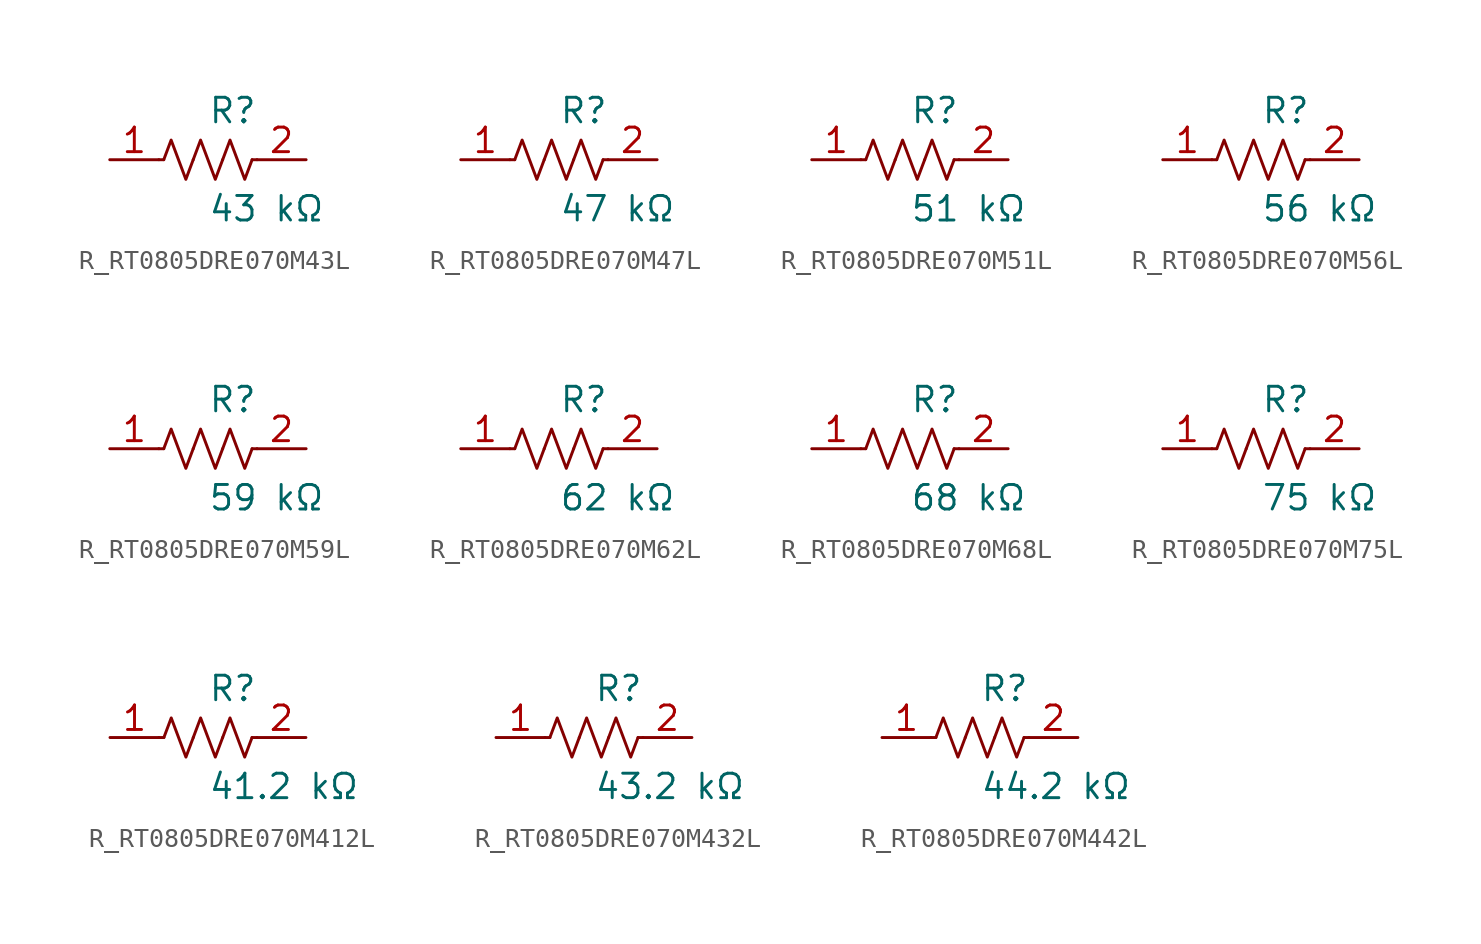
<source format=kicad_sym>
(kicad_symbol_lib
  (version 20231120)
  (generator kicad_symbol_editor)
  (generator_version 8.0)
  (symbol "R_RT0805DRE070M43L"
    (pin_names
      (offset 0.254))
    (property "Reference" "R"
      (at 0.0 2.54 0)
      (effects (font (size 1.27 1.27)) (justify left)))
    (property "Value" "43 kΩ"
      (at 0.0 -2.54 0)
      (effects (font (size 1.27 1.27)) (justify left)))
    (symbol "R_RT0805DRE070M43L_0_1"
      (polyline (pts (xy 2.286 0) (xy 2.54 0)) (stroke (width 0) (type default)) (fill (type none)))
      (polyline (pts (xy -2.286 0) (xy -2.54 0)) (stroke (width 0) (type default)) (fill (type none)))
      (polyline (pts (xy 0.762 0) (xy 1.143 1.016) (xy 1.524 0) (xy 1.905 -1.016) (xy 2.286 0)) (stroke (width 0) (type default)) (fill (type none)))
      (polyline (pts (xy -0.762 0) (xy -0.381 1.016) (xy 0 0) (xy 0.381 -1.016) (xy 0.762 0)) (stroke (width 0) (type default)) (fill (type none)))
      (polyline (pts (xy -2.286 0) (xy -1.905 1.016) (xy -1.524 0) (xy -1.143 -1.016) (xy -0.762 0)) (stroke (width 0) (type default)) (fill (type none))))
    (pin unspecified line
      (at -5.08 0 0)
      (length 2.54)
      (name "" (effects (font (size 1.27 1.27))))
      (number "1" (effects (font (size 1.27 1.27)))))
    (pin unspecified line
      (at 5.08 0 180)
      (length 2.54)
      (name "" (effects (font (size 1.27 1.27))))
      (number "2" (effects (font (size 1.27 1.27))))))
  (symbol "R_RT0805DRE070M47L"
    (pin_names
      (offset 0.254))
    (property "Reference" "R"
      (at 0.0 2.54 0)
      (effects (font (size 1.27 1.27)) (justify left)))
    (property "Value" "47 kΩ"
      (at 0.0 -2.54 0)
      (effects (font (size 1.27 1.27)) (justify left)))
    (symbol "R_RT0805DRE070M47L_0_1"
      (polyline (pts (xy 2.286 0) (xy 2.54 0)) (stroke (width 0) (type default)) (fill (type none)))
      (polyline (pts (xy -2.286 0) (xy -2.54 0)) (stroke (width 0) (type default)) (fill (type none)))
      (polyline (pts (xy 0.762 0) (xy 1.143 1.016) (xy 1.524 0) (xy 1.905 -1.016) (xy 2.286 0)) (stroke (width 0) (type default)) (fill (type none)))
      (polyline (pts (xy -0.762 0) (xy -0.381 1.016) (xy 0 0) (xy 0.381 -1.016) (xy 0.762 0)) (stroke (width 0) (type default)) (fill (type none)))
      (polyline (pts (xy -2.286 0) (xy -1.905 1.016) (xy -1.524 0) (xy -1.143 -1.016) (xy -0.762 0)) (stroke (width 0) (type default)) (fill (type none))))
    (pin unspecified line
      (at -5.08 0 0)
      (length 2.54)
      (name "" (effects (font (size 1.27 1.27))))
      (number "1" (effects (font (size 1.27 1.27)))))
    (pin unspecified line
      (at 5.08 0 180)
      (length 2.54)
      (name "" (effects (font (size 1.27 1.27))))
      (number "2" (effects (font (size 1.27 1.27))))))
  (symbol "R_RT0805DRE070M51L"
    (pin_names
      (offset 0.254))
    (property "Reference" "R"
      (at 0.0 2.54 0)
      (effects (font (size 1.27 1.27)) (justify left)))
    (property "Value" "51 kΩ"
      (at 0.0 -2.54 0)
      (effects (font (size 1.27 1.27)) (justify left)))
    (symbol "R_RT0805DRE070M51L_0_1"
      (polyline (pts (xy 2.286 0) (xy 2.54 0)) (stroke (width 0) (type default)) (fill (type none)))
      (polyline (pts (xy -2.286 0) (xy -2.54 0)) (stroke (width 0) (type default)) (fill (type none)))
      (polyline (pts (xy 0.762 0) (xy 1.143 1.016) (xy 1.524 0) (xy 1.905 -1.016) (xy 2.286 0)) (stroke (width 0) (type default)) (fill (type none)))
      (polyline (pts (xy -0.762 0) (xy -0.381 1.016) (xy 0 0) (xy 0.381 -1.016) (xy 0.762 0)) (stroke (width 0) (type default)) (fill (type none)))
      (polyline (pts (xy -2.286 0) (xy -1.905 1.016) (xy -1.524 0) (xy -1.143 -1.016) (xy -0.762 0)) (stroke (width 0) (type default)) (fill (type none))))
    (pin unspecified line
      (at -5.08 0 0)
      (length 2.54)
      (name "" (effects (font (size 1.27 1.27))))
      (number "1" (effects (font (size 1.27 1.27)))))
    (pin unspecified line
      (at 5.08 0 180)
      (length 2.54)
      (name "" (effects (font (size 1.27 1.27))))
      (number "2" (effects (font (size 1.27 1.27))))))
  (symbol "R_RT0805DRE070M56L"
    (pin_names
      (offset 0.254))
    (property "Reference" "R"
      (at 0.0 2.54 0)
      (effects (font (size 1.27 1.27)) (justify left)))
    (property "Value" "56 kΩ"
      (at 0.0 -2.54 0)
      (effects (font (size 1.27 1.27)) (justify left)))
    (symbol "R_RT0805DRE070M56L_0_1"
      (polyline (pts (xy 2.286 0) (xy 2.54 0)) (stroke (width 0) (type default)) (fill (type none)))
      (polyline (pts (xy -2.286 0) (xy -2.54 0)) (stroke (width 0) (type default)) (fill (type none)))
      (polyline (pts (xy 0.762 0) (xy 1.143 1.016) (xy 1.524 0) (xy 1.905 -1.016) (xy 2.286 0)) (stroke (width 0) (type default)) (fill (type none)))
      (polyline (pts (xy -0.762 0) (xy -0.381 1.016) (xy 0 0) (xy 0.381 -1.016) (xy 0.762 0)) (stroke (width 0) (type default)) (fill (type none)))
      (polyline (pts (xy -2.286 0) (xy -1.905 1.016) (xy -1.524 0) (xy -1.143 -1.016) (xy -0.762 0)) (stroke (width 0) (type default)) (fill (type none))))
    (pin unspecified line
      (at -5.08 0 0)
      (length 2.54)
      (name "" (effects (font (size 1.27 1.27))))
      (number "1" (effects (font (size 1.27 1.27)))))
    (pin unspecified line
      (at 5.08 0 180)
      (length 2.54)
      (name "" (effects (font (size 1.27 1.27))))
      (number "2" (effects (font (size 1.27 1.27))))))
  (symbol "R_RT0805DRE070M59L"
    (pin_names
      (offset 0.254))
    (property "Reference" "R"
      (at 0.0 2.54 0)
      (effects (font (size 1.27 1.27)) (justify left)))
    (property "Value" "59 kΩ"
      (at 0.0 -2.54 0)
      (effects (font (size 1.27 1.27)) (justify left)))
    (symbol "R_RT0805DRE070M59L_0_1"
      (polyline (pts (xy 2.286 0) (xy 2.54 0)) (stroke (width 0) (type default)) (fill (type none)))
      (polyline (pts (xy -2.286 0) (xy -2.54 0)) (stroke (width 0) (type default)) (fill (type none)))
      (polyline (pts (xy 0.762 0) (xy 1.143 1.016) (xy 1.524 0) (xy 1.905 -1.016) (xy 2.286 0)) (stroke (width 0) (type default)) (fill (type none)))
      (polyline (pts (xy -0.762 0) (xy -0.381 1.016) (xy 0 0) (xy 0.381 -1.016) (xy 0.762 0)) (stroke (width 0) (type default)) (fill (type none)))
      (polyline (pts (xy -2.286 0) (xy -1.905 1.016) (xy -1.524 0) (xy -1.143 -1.016) (xy -0.762 0)) (stroke (width 0) (type default)) (fill (type none))))
    (pin unspecified line
      (at -5.08 0 0)
      (length 2.54)
      (name "" (effects (font (size 1.27 1.27))))
      (number "1" (effects (font (size 1.27 1.27)))))
    (pin unspecified line
      (at 5.08 0 180)
      (length 2.54)
      (name "" (effects (font (size 1.27 1.27))))
      (number "2" (effects (font (size 1.27 1.27))))))
  (symbol "R_RT0805DRE070M62L"
    (pin_names
      (offset 0.254))
    (property "Reference" "R"
      (at 0.0 2.54 0)
      (effects (font (size 1.27 1.27)) (justify left)))
    (property "Value" "62 kΩ"
      (at 0.0 -2.54 0)
      (effects (font (size 1.27 1.27)) (justify left)))
    (symbol "R_RT0805DRE070M62L_0_1"
      (polyline (pts (xy 2.286 0) (xy 2.54 0)) (stroke (width 0) (type default)) (fill (type none)))
      (polyline (pts (xy -2.286 0) (xy -2.54 0)) (stroke (width 0) (type default)) (fill (type none)))
      (polyline (pts (xy 0.762 0) (xy 1.143 1.016) (xy 1.524 0) (xy 1.905 -1.016) (xy 2.286 0)) (stroke (width 0) (type default)) (fill (type none)))
      (polyline (pts (xy -0.762 0) (xy -0.381 1.016) (xy 0 0) (xy 0.381 -1.016) (xy 0.762 0)) (stroke (width 0) (type default)) (fill (type none)))
      (polyline (pts (xy -2.286 0) (xy -1.905 1.016) (xy -1.524 0) (xy -1.143 -1.016) (xy -0.762 0)) (stroke (width 0) (type default)) (fill (type none))))
    (pin unspecified line
      (at -5.08 0 0)
      (length 2.54)
      (name "" (effects (font (size 1.27 1.27))))
      (number "1" (effects (font (size 1.27 1.27)))))
    (pin unspecified line
      (at 5.08 0 180)
      (length 2.54)
      (name "" (effects (font (size 1.27 1.27))))
      (number "2" (effects (font (size 1.27 1.27))))))
  (symbol "R_RT0805DRE070M68L"
    (pin_names
      (offset 0.254))
    (property "Reference" "R"
      (at 0.0 2.54 0)
      (effects (font (size 1.27 1.27)) (justify left)))
    (property "Value" "68 kΩ"
      (at 0.0 -2.54 0)
      (effects (font (size 1.27 1.27)) (justify left)))
    (symbol "R_RT0805DRE070M68L_0_1"
      (polyline (pts (xy 2.286 0) (xy 2.54 0)) (stroke (width 0) (type default)) (fill (type none)))
      (polyline (pts (xy -2.286 0) (xy -2.54 0)) (stroke (width 0) (type default)) (fill (type none)))
      (polyline (pts (xy 0.762 0) (xy 1.143 1.016) (xy 1.524 0) (xy 1.905 -1.016) (xy 2.286 0)) (stroke (width 0) (type default)) (fill (type none)))
      (polyline (pts (xy -0.762 0) (xy -0.381 1.016) (xy 0 0) (xy 0.381 -1.016) (xy 0.762 0)) (stroke (width 0) (type default)) (fill (type none)))
      (polyline (pts (xy -2.286 0) (xy -1.905 1.016) (xy -1.524 0) (xy -1.143 -1.016) (xy -0.762 0)) (stroke (width 0) (type default)) (fill (type none))))
    (pin unspecified line
      (at -5.08 0 0)
      (length 2.54)
      (name "" (effects (font (size 1.27 1.27))))
      (number "1" (effects (font (size 1.27 1.27)))))
    (pin unspecified line
      (at 5.08 0 180)
      (length 2.54)
      (name "" (effects (font (size 1.27 1.27))))
      (number "2" (effects (font (size 1.27 1.27))))))
  (symbol "R_RT0805DRE070M75L"
    (pin_names
      (offset 0.254))
    (property "Reference" "R"
      (at 0.0 2.54 0)
      (effects (font (size 1.27 1.27)) (justify left)))
    (property "Value" "75 kΩ"
      (at 0.0 -2.54 0)
      (effects (font (size 1.27 1.27)) (justify left)))
    (symbol "R_RT0805DRE070M75L_0_1"
      (polyline (pts (xy 2.286 0) (xy 2.54 0)) (stroke (width 0) (type default)) (fill (type none)))
      (polyline (pts (xy -2.286 0) (xy -2.54 0)) (stroke (width 0) (type default)) (fill (type none)))
      (polyline (pts (xy 0.762 0) (xy 1.143 1.016) (xy 1.524 0) (xy 1.905 -1.016) (xy 2.286 0)) (stroke (width 0) (type default)) (fill (type none)))
      (polyline (pts (xy -0.762 0) (xy -0.381 1.016) (xy 0 0) (xy 0.381 -1.016) (xy 0.762 0)) (stroke (width 0) (type default)) (fill (type none)))
      (polyline (pts (xy -2.286 0) (xy -1.905 1.016) (xy -1.524 0) (xy -1.143 -1.016) (xy -0.762 0)) (stroke (width 0) (type default)) (fill (type none))))
    (pin unspecified line
      (at -5.08 0 0)
      (length 2.54)
      (name "" (effects (font (size 1.27 1.27))))
      (number "1" (effects (font (size 1.27 1.27)))))
    (pin unspecified line
      (at 5.08 0 180)
      (length 2.54)
      (name "" (effects (font (size 1.27 1.27))))
      (number "2" (effects (font (size 1.27 1.27))))))
  (symbol "R_RT0805DRE070M412L"
    (pin_names
      (offset 0.254))
    (property "Reference" "R"
      (at 0.0 2.54 0)
      (effects (font (size 1.27 1.27)) (justify left)))
    (property "Value" "41.2 kΩ"
      (at 0.0 -2.54 0)
      (effects (font (size 1.27 1.27)) (justify left)))
    (symbol "R_RT0805DRE070M412L_0_1"
      (polyline (pts (xy 2.286 0) (xy 2.54 0)) (stroke (width 0) (type default)) (fill (type none)))
      (polyline (pts (xy -2.286 0) (xy -2.54 0)) (stroke (width 0) (type default)) (fill (type none)))
      (polyline (pts (xy 0.762 0) (xy 1.143 1.016) (xy 1.524 0) (xy 1.905 -1.016) (xy 2.286 0)) (stroke (width 0) (type default)) (fill (type none)))
      (polyline (pts (xy -0.762 0) (xy -0.381 1.016) (xy 0 0) (xy 0.381 -1.016) (xy 0.762 0)) (stroke (width 0) (type default)) (fill (type none)))
      (polyline (pts (xy -2.286 0) (xy -1.905 1.016) (xy -1.524 0) (xy -1.143 -1.016) (xy -0.762 0)) (stroke (width 0) (type default)) (fill (type none))))
    (pin unspecified line
      (at -5.08 0 0)
      (length 2.54)
      (name "" (effects (font (size 1.27 1.27))))
      (number "1" (effects (font (size 1.27 1.27)))))
    (pin unspecified line
      (at 5.08 0 180)
      (length 2.54)
      (name "" (effects (font (size 1.27 1.27))))
      (number "2" (effects (font (size 1.27 1.27))))))
  (symbol "R_RT0805DRE070M432L"
    (pin_names
      (offset 0.254))
    (property "Reference" "R"
      (at 0.0 2.54 0)
      (effects (font (size 1.27 1.27)) (justify left)))
    (property "Value" "43.2 kΩ"
      (at 0.0 -2.54 0)
      (effects (font (size 1.27 1.27)) (justify left)))
    (symbol "R_RT0805DRE070M432L_0_1"
      (polyline (pts (xy 2.286 0) (xy 2.54 0)) (stroke (width 0) (type default)) (fill (type none)))
      (polyline (pts (xy -2.286 0) (xy -2.54 0)) (stroke (width 0) (type default)) (fill (type none)))
      (polyline (pts (xy 0.762 0) (xy 1.143 1.016) (xy 1.524 0) (xy 1.905 -1.016) (xy 2.286 0)) (stroke (width 0) (type default)) (fill (type none)))
      (polyline (pts (xy -0.762 0) (xy -0.381 1.016) (xy 0 0) (xy 0.381 -1.016) (xy 0.762 0)) (stroke (width 0) (type default)) (fill (type none)))
      (polyline (pts (xy -2.286 0) (xy -1.905 1.016) (xy -1.524 0) (xy -1.143 -1.016) (xy -0.762 0)) (stroke (width 0) (type default)) (fill (type none))))
    (pin unspecified line
      (at -5.08 0 0)
      (length 2.54)
      (name "" (effects (font (size 1.27 1.27))))
      (number "1" (effects (font (size 1.27 1.27)))))
    (pin unspecified line
      (at 5.08 0 180)
      (length 2.54)
      (name "" (effects (font (size 1.27 1.27))))
      (number "2" (effects (font (size 1.27 1.27))))))
  (symbol "R_RT0805DRE070M442L"
    (pin_names
      (offset 0.254))
    (property "Reference" "R"
      (at 0.0 2.54 0)
      (effects (font (size 1.27 1.27)) (justify left)))
    (property "Value" "44.2 kΩ"
      (at 0.0 -2.54 0)
      (effects (font (size 1.27 1.27)) (justify left)))
    (symbol "R_RT0805DRE070M442L_0_1"
      (polyline (pts (xy 2.286 0) (xy 2.54 0)) (stroke (width 0) (type default)) (fill (type none)))
      (polyline (pts (xy -2.286 0) (xy -2.54 0)) (stroke (width 0) (type default)) (fill (type none)))
      (polyline (pts (xy 0.762 0) (xy 1.143 1.016) (xy 1.524 0) (xy 1.905 -1.016) (xy 2.286 0)) (stroke (width 0) (type default)) (fill (type none)))
      (polyline (pts (xy -0.762 0) (xy -0.381 1.016) (xy 0 0) (xy 0.381 -1.016) (xy 0.762 0)) (stroke (width 0) (type default)) (fill (type none)))
      (polyline (pts (xy -2.286 0) (xy -1.905 1.016) (xy -1.524 0) (xy -1.143 -1.016) (xy -0.762 0)) (stroke (width 0) (type default)) (fill (type none))))
    (pin unspecified line
      (at -5.08 0 0)
      (length 2.54)
      (name "" (effects (font (size 1.27 1.27))))
      (number "1" (effects (font (size 1.27 1.27)))))
    (pin unspecified line
      (at 5.08 0 180)
      (length 2.54)
      (name "" (effects (font (size 1.27 1.27))))
      (number "2" (effects (font (size 1.27 1.27)))))))
</source>
